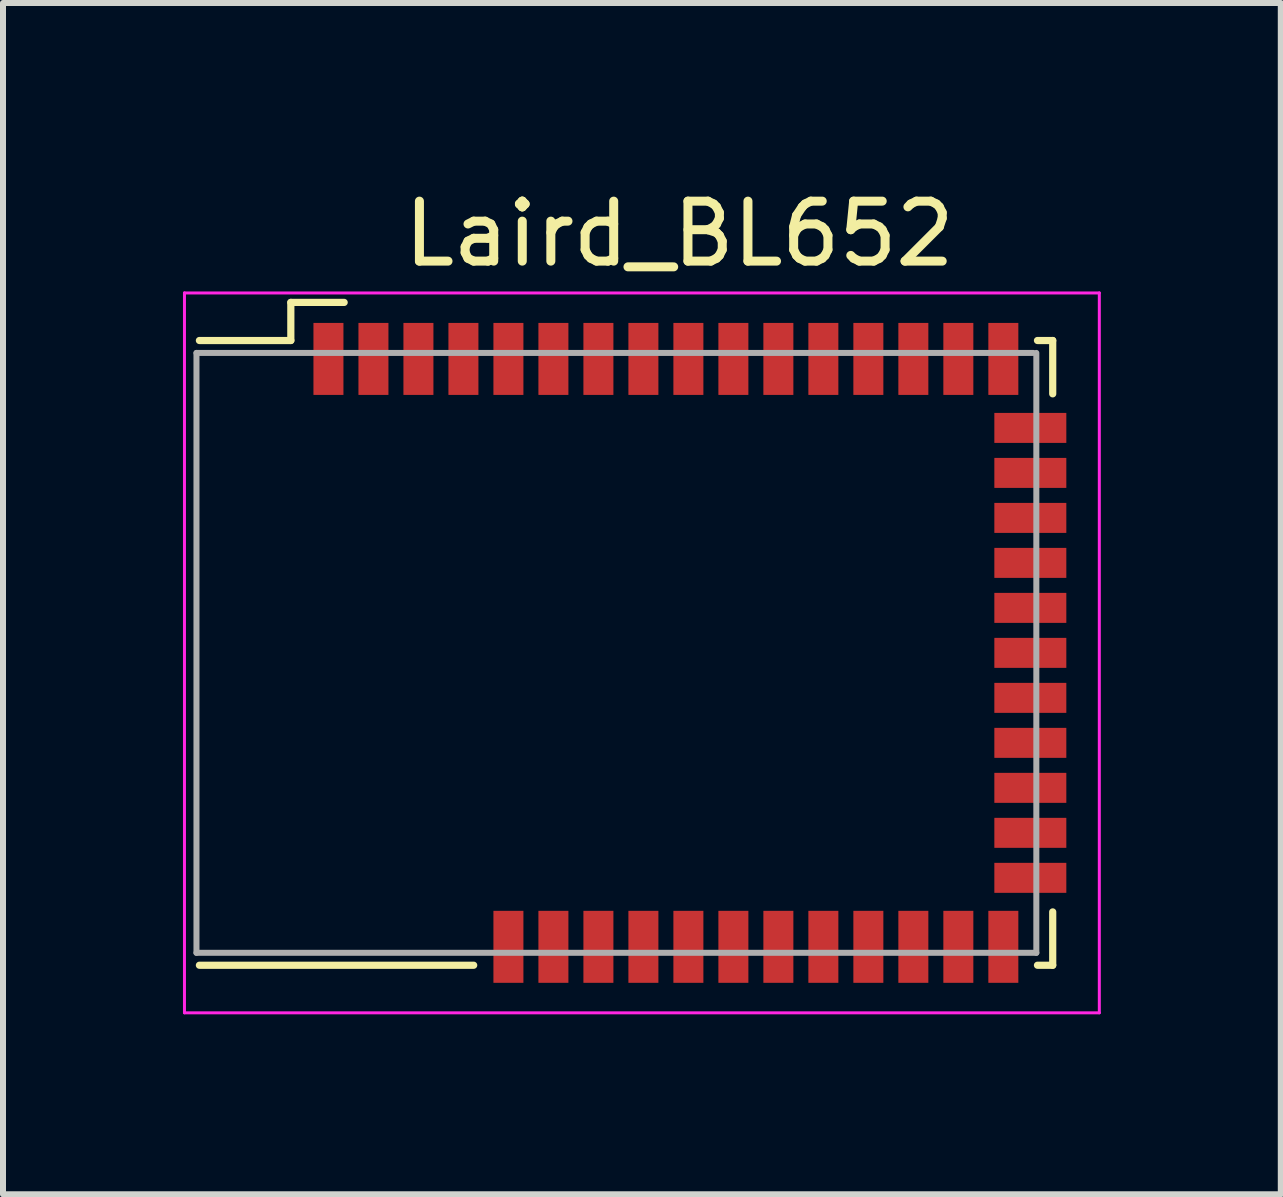
<source format=kicad_pcb>
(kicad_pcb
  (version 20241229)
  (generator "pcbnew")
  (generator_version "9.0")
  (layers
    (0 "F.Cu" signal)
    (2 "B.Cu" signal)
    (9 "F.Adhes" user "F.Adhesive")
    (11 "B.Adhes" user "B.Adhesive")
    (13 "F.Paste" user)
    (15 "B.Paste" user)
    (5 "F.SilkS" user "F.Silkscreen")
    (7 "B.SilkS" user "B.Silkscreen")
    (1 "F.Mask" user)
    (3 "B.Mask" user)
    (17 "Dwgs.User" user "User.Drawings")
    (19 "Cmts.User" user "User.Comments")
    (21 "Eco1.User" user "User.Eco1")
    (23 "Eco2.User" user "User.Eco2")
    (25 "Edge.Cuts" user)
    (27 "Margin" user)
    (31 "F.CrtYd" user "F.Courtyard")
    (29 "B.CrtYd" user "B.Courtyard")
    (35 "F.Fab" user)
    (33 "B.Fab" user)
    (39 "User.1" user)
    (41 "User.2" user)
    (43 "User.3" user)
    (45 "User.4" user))
  (footprint "Laird_BL652"
    (layer "F.Cu")
    (at 8.275 7.833)
    (property "Reference" "Laird_BL652" (at 0 -6.985 0) (layer "F.SilkS") (effects (font (size 1 1) (thickness 0.15))))
    (attr smd)
    (fp_line (start -8.001 -5.207) (end -6.477 -5.207) (stroke (width 0.12) (type solid)) (layer "F.SilkS"))
    (fp_line (start -6.477 -5.842) (end -5.588 -5.842) (stroke (width 0.12) (type solid)) (layer "F.SilkS"))
    (fp_line (start -6.477 -5.207) (end -6.477 -5.842) (stroke (width 0.12) (type solid)) (layer "F.SilkS"))
    (fp_line (start -3.429 5.207) (end -8.001 5.207) (stroke (width 0.12) (type solid)) (layer "F.SilkS"))
    (fp_line (start 5.969 -5.207) (end 6.223 -5.207) (stroke (width 0.12) (type solid)) (layer "F.SilkS"))
    (fp_line (start 6.223 -5.207) (end 6.223 -4.318) (stroke (width 0.12) (type solid)) (layer "F.SilkS"))
    (fp_line (start 6.223 5.207) (end 5.969 5.207) (stroke (width 0.12) (type solid)) (layer "F.SilkS"))
    (fp_line (start 6.223 5.207) (end 6.223 4.318) (stroke (width 0.12) (type solid)) (layer "F.SilkS"))
    (fp_line (start -8.25 -6) (end 7 -6) (stroke (width 0.05) (type solid)) (layer "F.CrtYd"))
    (fp_line (start -8.25 6) (end -8.25 -6) (stroke (width 0.05) (type solid)) (layer "F.CrtYd"))
    (fp_line (start 7 -6) (end 7 6) (stroke (width 0.05) (type solid)) (layer "F.CrtYd"))
    (fp_line (start 7 6) (end -8.25 6) (stroke (width 0.05) (type solid)) (layer "F.CrtYd"))
    (fp_line (start -8.05 -5) (end -8.05 5) (stroke (width 0.1) (type solid)) (layer "F.Fab"))
    (fp_line (start -8.05 -5) (end 5.9 -5) (stroke (width 0.1) (type solid)) (layer "F.Fab"))
    (fp_line (start 5.95 -5) (end 5.95 5) (stroke (width 0.1) (type solid)) (layer "F.Fab"))
    (fp_line (start 5.95 5) (end -8.05 5) (stroke (width 0.1) (type solid)) (layer "F.Fab"))
    (pad "1" smd rect (at -5.85 -4.9 90) (size 1.2 0.5) (layers "F.Cu" "F.Mask" "F.Paste"))
    (pad "2" smd rect (at -5.1 -4.9 90) (size 1.2 0.5) (layers "F.Cu" "F.Mask" "F.Paste"))
    (pad "3" smd rect (at -4.35 -4.9 90) (size 1.2 0.5) (layers "F.Cu" "F.Mask" "F.Paste"))
    (pad "4" smd rect (at -3.6 -4.9 90) (size 1.2 0.5) (layers "F.Cu" "F.Mask" "F.Paste"))
    (pad "5" smd rect (at -2.85 -4.9 90) (size 1.2 0.5) (layers "F.Cu" "F.Mask" "F.Paste"))
    (pad "6" smd rect (at -2.1 -4.9 90) (size 1.2 0.5) (layers "F.Cu" "F.Mask" "F.Paste"))
    (pad "7" smd rect (at -1.35 -4.9 90) (size 1.2 0.5) (layers "F.Cu" "F.Mask" "F.Paste"))
    (pad "8" smd rect (at -0.6 -4.9 90) (size 1.2 0.5) (layers "F.Cu" "F.Mask" "F.Paste"))
    (pad "9" smd rect (at 0.15 -4.9 90) (size 1.2 0.5) (layers "F.Cu" "F.Mask" "F.Paste"))
    (pad "10" smd rect (at 0.9 -4.9 90) (size 1.2 0.5) (layers "F.Cu" "F.Mask" "F.Paste"))
    (pad "11" smd rect (at 1.65 -4.9 90) (size 1.2 0.5) (layers "F.Cu" "F.Mask" "F.Paste"))
    (pad "12" smd rect (at 2.4 -4.9 90) (size 1.2 0.5) (layers "F.Cu" "F.Mask" "F.Paste"))
    (pad "13" smd rect (at 3.15 -4.9 90) (size 1.2 0.5) (layers "F.Cu" "F.Mask" "F.Paste"))
    (pad "14" smd rect (at 3.9 -4.9 90) (size 1.2 0.5) (layers "F.Cu" "F.Mask" "F.Paste"))
    (pad "15" smd rect (at 4.65 -4.9 90) (size 1.2 0.5) (layers "F.Cu" "F.Mask" "F.Paste"))
    (pad "16" smd rect (at 5.4 -4.9 90) (size 1.2 0.5) (layers "F.Cu" "F.Mask" "F.Paste"))
    (pad "17" smd rect (at 5.85 -3.75) (size 1.2 0.5) (layers "F.Cu" "F.Mask" "F.Paste"))
    (pad "18" smd rect (at 5.85 -3) (size 1.2 0.5) (layers "F.Cu" "F.Mask" "F.Paste"))
    (pad "19" smd rect (at 5.85 -2.25) (size 1.2 0.5) (layers "F.Cu" "F.Mask" "F.Paste"))
    (pad "20" smd rect (at 5.85 -1.5) (size 1.2 0.5) (layers "F.Cu" "F.Mask" "F.Paste"))
    (pad "21" smd rect (at 5.85 -0.75) (size 1.2 0.5) (layers "F.Cu" "F.Mask" "F.Paste"))
    (pad "22" smd rect (at 5.85 0) (size 1.2 0.5) (layers "F.Cu" "F.Mask" "F.Paste"))
    (pad "23" smd rect (at 5.85 0.75) (size 1.2 0.5) (layers "F.Cu" "F.Mask" "F.Paste"))
    (pad "24" smd rect (at 5.85 1.5) (size 1.2 0.5) (layers "F.Cu" "F.Mask" "F.Paste"))
    (pad "25" smd rect (at 5.85 2.25) (size 1.2 0.5) (layers "F.Cu" "F.Mask" "F.Paste"))
    (pad "26" smd rect (at 5.85 3) (size 1.2 0.5) (layers "F.Cu" "F.Mask" "F.Paste"))
    (pad "27" smd rect (at 5.85 3.75) (size 1.2 0.5) (layers "F.Cu" "F.Mask" "F.Paste"))
    (pad "28" smd rect (at 5.4 4.9 90) (size 1.2 0.5) (layers "F.Cu" "F.Mask" "F.Paste"))
    (pad "29" smd rect (at 4.65 4.9 90) (size 1.2 0.5) (layers "F.Cu" "F.Mask" "F.Paste"))
    (pad "30" smd rect (at 3.9 4.9 90) (size 1.2 0.5) (layers "F.Cu" "F.Mask" "F.Paste"))
    (pad "31" smd rect (at 3.15 4.9 90) (size 1.2 0.5) (layers "F.Cu" "F.Mask" "F.Paste"))
    (pad "32" smd rect (at 2.4 4.9 90) (size 1.2 0.5) (layers "F.Cu" "F.Mask" "F.Paste"))
    (pad "33" smd rect (at 1.65 4.9 90) (size 1.2 0.5) (layers "F.Cu" "F.Mask" "F.Paste"))
    (pad "34" smd rect (at 0.9 4.9 90) (size 1.2 0.5) (layers "F.Cu" "F.Mask" "F.Paste"))
    (pad "35" smd rect (at 0.15 4.9 90) (size 1.2 0.5) (layers "F.Cu" "F.Mask" "F.Paste"))
    (pad "36" smd rect (at -0.6 4.9 90) (size 1.2 0.5) (layers "F.Cu" "F.Mask" "F.Paste"))
    (pad "37" smd rect (at -1.35 4.9 90) (size 1.2 0.5) (layers "F.Cu" "F.Mask" "F.Paste"))
    (pad "38" smd rect (at -2.1 4.9 90) (size 1.2 0.5) (layers "F.Cu" "F.Mask" "F.Paste"))
    (pad "39" smd rect (at -2.85 4.9 90) (size 1.2 0.5) (layers "F.Cu" "F.Mask" "F.Paste")))
  (gr_rect
    (start -3 -3)
    (end 18.3 16.858)
    (stroke (width 0.1) (type default))
    (fill no)
    (layer "Edge.Cuts")))
</source>
